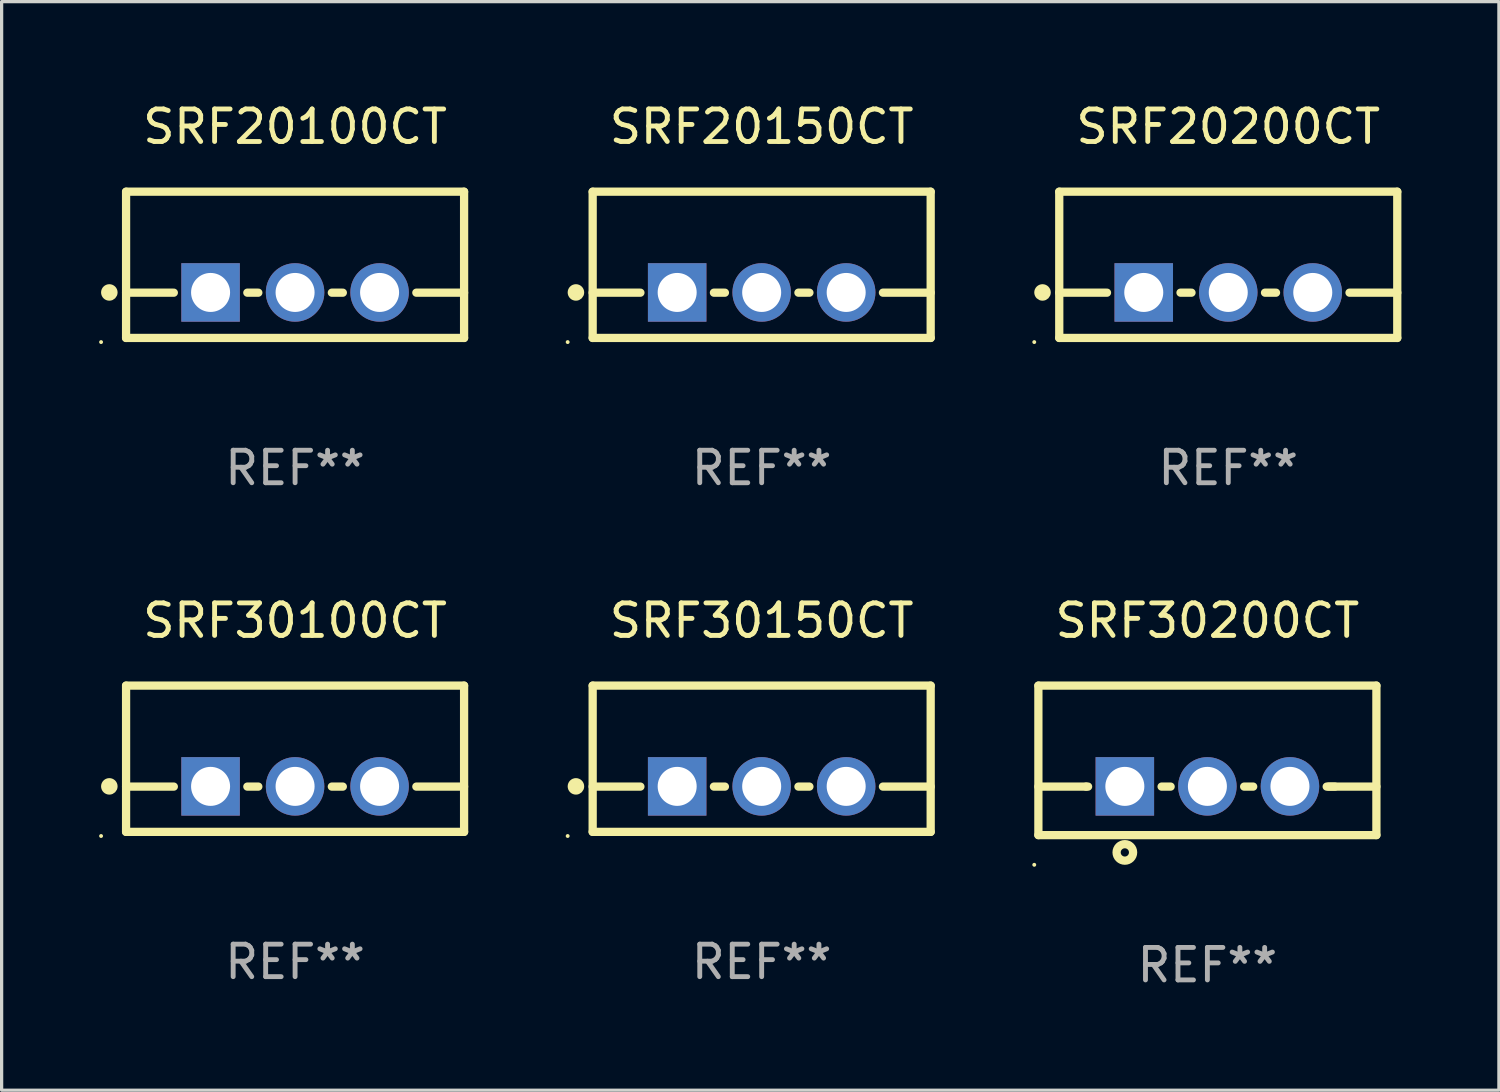
<source format=kicad_pcb>
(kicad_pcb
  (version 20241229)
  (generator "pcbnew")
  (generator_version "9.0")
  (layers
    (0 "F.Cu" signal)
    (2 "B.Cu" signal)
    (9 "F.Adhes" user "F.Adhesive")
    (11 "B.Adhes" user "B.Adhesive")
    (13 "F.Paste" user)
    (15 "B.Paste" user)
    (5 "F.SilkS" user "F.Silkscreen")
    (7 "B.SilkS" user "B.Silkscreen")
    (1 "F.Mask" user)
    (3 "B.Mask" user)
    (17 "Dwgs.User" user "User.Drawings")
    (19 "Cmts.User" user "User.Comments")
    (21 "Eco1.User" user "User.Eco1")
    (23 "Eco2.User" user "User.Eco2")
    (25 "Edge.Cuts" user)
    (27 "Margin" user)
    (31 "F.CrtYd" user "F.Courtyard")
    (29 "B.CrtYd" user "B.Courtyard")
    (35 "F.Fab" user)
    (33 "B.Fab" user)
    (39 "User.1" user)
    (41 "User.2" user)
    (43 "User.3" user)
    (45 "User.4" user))
  (footprint "SRF20100CT"
    (layer "F.Cu")
    (at 6.029 5.098)
    (property "Reference" "SRF20100CT" (at 0 -4.25 0) (layer "F.SilkS") (effects (font (size 1 1) (thickness 0.15))))
    (attr through_hole)
    (fp_line (start -5.2 -2.25) (end -5.2 2.25) (stroke (width 0.254) (type solid)) (layer "F.SilkS"))
    (fp_line (start -5.2 -2.25) (end 5.2 -2.25) (stroke (width 0.254) (type solid)) (layer "F.SilkS"))
    (fp_line (start -5.2 0.857) (end -3.731 0.857) (stroke (width 0.254) (type solid)) (layer "F.SilkS"))
    (fp_line (start -5.2 2.25) (end 5.2 2.25) (stroke (width 0.254) (type solid)) (layer "F.SilkS"))
    (fp_line (start -1.469 0.857) (end -1.131 0.857) (stroke (width 0.254) (type solid)) (layer "F.SilkS"))
    (fp_line (start 1.131 0.857) (end 1.469 0.857) (stroke (width 0.254) (type solid)) (layer "F.SilkS"))
    (fp_line (start 3.731 0.857) (end 5.2 0.857) (stroke (width 0.254) (type solid)) (layer "F.SilkS"))
    (fp_line (start 5.2 -2.25) (end 5.2 2.25) (stroke (width 0.254) (type solid)) (layer "F.SilkS"))
    (fp_circle (center -5.969 2.377) (end -5.939 2.377) (stroke (width 0.06) (type solid)) (fill no) (layer "F.SilkS"))
    (fp_circle (center -5.715 0.85) (end -5.588 0.85) (stroke (width 0.254) (type solid)) (fill no) (layer "F.SilkS"))
    (fp_text user "REF**" (at 0 6.25 0) (layer "F.Fab") (effects (font (size 1 1) (thickness 0.15))))
    (pad "1" thru_hole rect (at -2.6 0.85) (size 1.8 1.8) (drill 1.2) (layers "*.Cu" "*.Mask"))
    (pad "2" thru_hole circle (at 0 0.85) (size 1.8 1.8) (drill 1.2) (layers "*.Cu" "*.Mask"))
    (pad "3" thru_hole circle (at 2.6 0.85) (size 1.8 1.8) (drill 1.2) (layers "*.Cu" "*.Mask")))
  (footprint "SRF20150CT"
    (layer "F.Cu")
    (at 20.385 5.098)
    (property "Reference" "SRF20150CT" (at 0 -4.25 0) (layer "F.SilkS") (effects (font (size 1 1) (thickness 0.15))))
    (attr through_hole)
    (fp_line (start -5.2 -2.25) (end -5.2 2.25) (stroke (width 0.254) (type solid)) (layer "F.SilkS"))
    (fp_line (start -5.2 -2.25) (end 5.2 -2.25) (stroke (width 0.254) (type solid)) (layer "F.SilkS"))
    (fp_line (start -5.2 0.857) (end -3.731 0.857) (stroke (width 0.254) (type solid)) (layer "F.SilkS"))
    (fp_line (start -5.2 2.25) (end 5.2 2.25) (stroke (width 0.254) (type solid)) (layer "F.SilkS"))
    (fp_line (start -1.469 0.857) (end -1.131 0.857) (stroke (width 0.254) (type solid)) (layer "F.SilkS"))
    (fp_line (start 1.131 0.857) (end 1.469 0.857) (stroke (width 0.254) (type solid)) (layer "F.SilkS"))
    (fp_line (start 3.731 0.857) (end 5.2 0.857) (stroke (width 0.254) (type solid)) (layer "F.SilkS"))
    (fp_line (start 5.2 -2.25) (end 5.2 2.25) (stroke (width 0.254) (type solid)) (layer "F.SilkS"))
    (fp_circle (center -5.969 2.377) (end -5.939 2.377) (stroke (width 0.06) (type solid)) (fill no) (layer "F.SilkS"))
    (fp_circle (center -5.715 0.85) (end -5.588 0.85) (stroke (width 0.254) (type solid)) (fill no) (layer "F.SilkS"))
    (fp_text user "REF**" (at 0 6.25 0) (layer "F.Fab") (effects (font (size 1 1) (thickness 0.15))))
    (pad "1" thru_hole rect (at -2.6 0.85) (size 1.8 1.8) (drill 1.2) (layers "*.Cu" "*.Mask"))
    (pad "2" thru_hole circle (at 0 0.85) (size 1.8 1.8) (drill 1.2) (layers "*.Cu" "*.Mask"))
    (pad "3" thru_hole circle (at 2.6 0.85) (size 1.8 1.8) (drill 1.2) (layers "*.Cu" "*.Mask")))
  (footprint "SRF30100CT"
    (layer "F.Cu")
    (at 6.029 20.295)
    (property "Reference" "SRF30100CT" (at 0 -4.25 0) (layer "F.SilkS") (effects (font (size 1 1) (thickness 0.15))))
    (attr through_hole)
    (fp_line (start -5.2 -2.25) (end -5.2 2.25) (stroke (width 0.254) (type solid)) (layer "F.SilkS"))
    (fp_line (start -5.2 -2.25) (end 5.2 -2.25) (stroke (width 0.254) (type solid)) (layer "F.SilkS"))
    (fp_line (start -5.2 0.857) (end -3.731 0.857) (stroke (width 0.254) (type solid)) (layer "F.SilkS"))
    (fp_line (start -5.2 2.25) (end 5.2 2.25) (stroke (width 0.254) (type solid)) (layer "F.SilkS"))
    (fp_line (start -1.469 0.857) (end -1.131 0.857) (stroke (width 0.254) (type solid)) (layer "F.SilkS"))
    (fp_line (start 1.131 0.857) (end 1.469 0.857) (stroke (width 0.254) (type solid)) (layer "F.SilkS"))
    (fp_line (start 3.731 0.857) (end 5.2 0.857) (stroke (width 0.254) (type solid)) (layer "F.SilkS"))
    (fp_line (start 5.2 -2.25) (end 5.2 2.25) (stroke (width 0.254) (type solid)) (layer "F.SilkS"))
    (fp_circle (center -5.969 2.377) (end -5.939 2.377) (stroke (width 0.06) (type solid)) (fill no) (layer "F.SilkS"))
    (fp_circle (center -5.715 0.85) (end -5.588 0.85) (stroke (width 0.254) (type solid)) (fill no) (layer "F.SilkS"))
    (fp_text user "REF**" (at 0 6.25 0) (layer "F.Fab") (effects (font (size 1 1) (thickness 0.15))))
    (pad "1" thru_hole rect (at -2.6 0.85) (size 1.8 1.8) (drill 1.2) (layers "*.Cu" "*.Mask"))
    (pad "2" thru_hole circle (at 0 0.85) (size 1.8 1.8) (drill 1.2) (layers "*.Cu" "*.Mask"))
    (pad "3" thru_hole circle (at 2.6 0.85) (size 1.8 1.8) (drill 1.2) (layers "*.Cu" "*.Mask")))
  (footprint "SRF30200CT"
    (layer "F.Cu")
    (at 34.099 20.345)
    (property "Reference" "SRF30200CT" (at 0 -4.3 0) (layer "F.SilkS") (effects (font (size 1 1) (thickness 0.15))))
    (attr through_hole)
    (fp_line (start -5.2 -2.3) (end -5.2 2.3) (stroke (width 0.254) (type solid)) (layer "F.SilkS"))
    (fp_line (start -5.2 -2.3) (end 5.2 -2.3) (stroke (width 0.254) (type solid)) (layer "F.SilkS"))
    (fp_line (start -5.2 0.807) (end -3.731 0.807) (stroke (width 0.254) (type solid)) (layer "F.SilkS"))
    (fp_line (start -5.2 2.3) (end 5.2 2.3) (stroke (width 0.254) (type solid)) (layer "F.SilkS"))
    (fp_line (start -3.731 0.807) (end -3.671 0.807) (stroke (width 0.254) (type solid)) (layer "F.SilkS"))
    (fp_line (start -1.409 0.807) (end -1.131 0.807) (stroke (width 0.254) (type solid)) (layer "F.SilkS"))
    (fp_line (start 1.131 0.807) (end 1.409 0.807) (stroke (width 0.254) (type solid)) (layer "F.SilkS"))
    (fp_line (start 3.671 0.807) (end 3.926 0.807) (stroke (width 0.254) (type solid)) (layer "F.SilkS"))
    (fp_line (start 3.731 0.807) (end 5.2 0.807) (stroke (width 0.254) (type solid)) (layer "F.SilkS"))
    (fp_line (start 5.2 -2.3) (end 5.2 2.3) (stroke (width 0.254) (type solid)) (layer "F.SilkS"))
    (fp_circle (center -5.327 3.213) (end -5.297 3.213) (stroke (width 0.06) (type solid)) (fill no) (layer "F.SilkS"))
    (fp_circle (center -2.54 2.832) (end -2.286 2.832) (stroke (width 0.254) (type solid)) (fill no) (layer "F.SilkS"))
    (fp_text user "REF**" (at 0 6.3 0) (layer "F.Fab") (effects (font (size 1 1) (thickness 0.15))))
    (pad "1" thru_hole rect (at -2.54 0.8) (size 1.8 1.8) (drill 1.2) (layers "*.Cu" "*.Mask"))
    (pad "2" thru_hole circle (at 0 0.8) (size 1.8 1.8) (drill 1.2) (layers "*.Cu" "*.Mask"))
    (pad "3" thru_hole circle (at 2.54 0.8) (size 1.8 1.8) (drill 1.2) (layers "*.Cu" "*.Mask")))
  (footprint "SRF30150CT"
    (layer "F.Cu")
    (at 20.385 20.295)
    (property "Reference" "SRF30150CT" (at 0 -4.25 0) (layer "F.SilkS") (effects (font (size 1 1) (thickness 0.15))))
    (attr through_hole)
    (fp_line (start -5.2 -2.25) (end -5.2 2.25) (stroke (width 0.254) (type solid)) (layer "F.SilkS"))
    (fp_line (start -5.2 -2.25) (end 5.2 -2.25) (stroke (width 0.254) (type solid)) (layer "F.SilkS"))
    (fp_line (start -5.2 0.857) (end -3.731 0.857) (stroke (width 0.254) (type solid)) (layer "F.SilkS"))
    (fp_line (start -5.2 2.25) (end 5.2 2.25) (stroke (width 0.254) (type solid)) (layer "F.SilkS"))
    (fp_line (start -1.469 0.857) (end -1.131 0.857) (stroke (width 0.254) (type solid)) (layer "F.SilkS"))
    (fp_line (start 1.131 0.857) (end 1.469 0.857) (stroke (width 0.254) (type solid)) (layer "F.SilkS"))
    (fp_line (start 3.731 0.857) (end 5.2 0.857) (stroke (width 0.254) (type solid)) (layer "F.SilkS"))
    (fp_line (start 5.2 -2.25) (end 5.2 2.25) (stroke (width 0.254) (type solid)) (layer "F.SilkS"))
    (fp_circle (center -5.969 2.377) (end -5.939 2.377) (stroke (width 0.06) (type solid)) (fill no) (layer "F.SilkS"))
    (fp_circle (center -5.715 0.85) (end -5.588 0.85) (stroke (width 0.254) (type solid)) (fill no) (layer "F.SilkS"))
    (fp_text user "REF**" (at 0 6.25 0) (layer "F.Fab") (effects (font (size 1 1) (thickness 0.15))))
    (pad "1" thru_hole rect (at -2.6 0.85) (size 1.8 1.8) (drill 1.2) (layers "*.Cu" "*.Mask"))
    (pad "2" thru_hole circle (at 0 0.85) (size 1.8 1.8) (drill 1.2) (layers "*.Cu" "*.Mask"))
    (pad "3" thru_hole circle (at 2.6 0.85) (size 1.8 1.8) (drill 1.2) (layers "*.Cu" "*.Mask")))
  (footprint "SRF20200CT"
    (layer "F.Cu")
    (at 34.741 5.098)
    (property "Reference" "SRF20200CT" (at 0 -4.25 0) (layer "F.SilkS") (effects (font (size 1 1) (thickness 0.15))))
    (attr through_hole)
    (fp_line (start -5.2 -2.25) (end -5.2 2.25) (stroke (width 0.254) (type solid)) (layer "F.SilkS"))
    (fp_line (start -5.2 -2.25) (end 5.2 -2.25) (stroke (width 0.254) (type solid)) (layer "F.SilkS"))
    (fp_line (start -5.2 0.857) (end -3.731 0.857) (stroke (width 0.254) (type solid)) (layer "F.SilkS"))
    (fp_line (start -5.2 2.25) (end 5.2 2.25) (stroke (width 0.254) (type solid)) (layer "F.SilkS"))
    (fp_line (start -1.469 0.857) (end -1.131 0.857) (stroke (width 0.254) (type solid)) (layer "F.SilkS"))
    (fp_line (start 1.131 0.857) (end 1.469 0.857) (stroke (width 0.254) (type solid)) (layer "F.SilkS"))
    (fp_line (start 3.731 0.857) (end 5.2 0.857) (stroke (width 0.254) (type solid)) (layer "F.SilkS"))
    (fp_line (start 5.2 -2.25) (end 5.2 2.25) (stroke (width 0.254) (type solid)) (layer "F.SilkS"))
    (fp_circle (center -5.969 2.377) (end -5.939 2.377) (stroke (width 0.06) (type solid)) (fill no) (layer "F.SilkS"))
    (fp_circle (center -5.715 0.85) (end -5.588 0.85) (stroke (width 0.254) (type solid)) (fill no) (layer "F.SilkS"))
    (fp_text user "REF**" (at 0 6.25 0) (layer "F.Fab") (effects (font (size 1 1) (thickness 0.15))))
    (pad "1" thru_hole rect (at -2.6 0.85) (size 1.8 1.8) (drill 1.2) (layers "*.Cu" "*.Mask"))
    (pad "2" thru_hole circle (at 0 0.85) (size 1.8 1.8) (drill 1.2) (layers "*.Cu" "*.Mask"))
    (pad "3" thru_hole circle (at 2.6 0.85) (size 1.8 1.8) (drill 1.2) (layers "*.Cu" "*.Mask")))
  (gr_rect
    (start -3 -3)
    (end 43.068 30.493)
    (stroke (width 0.1) (type default))
    (fill no)
    (layer "Edge.Cuts")))
</source>
